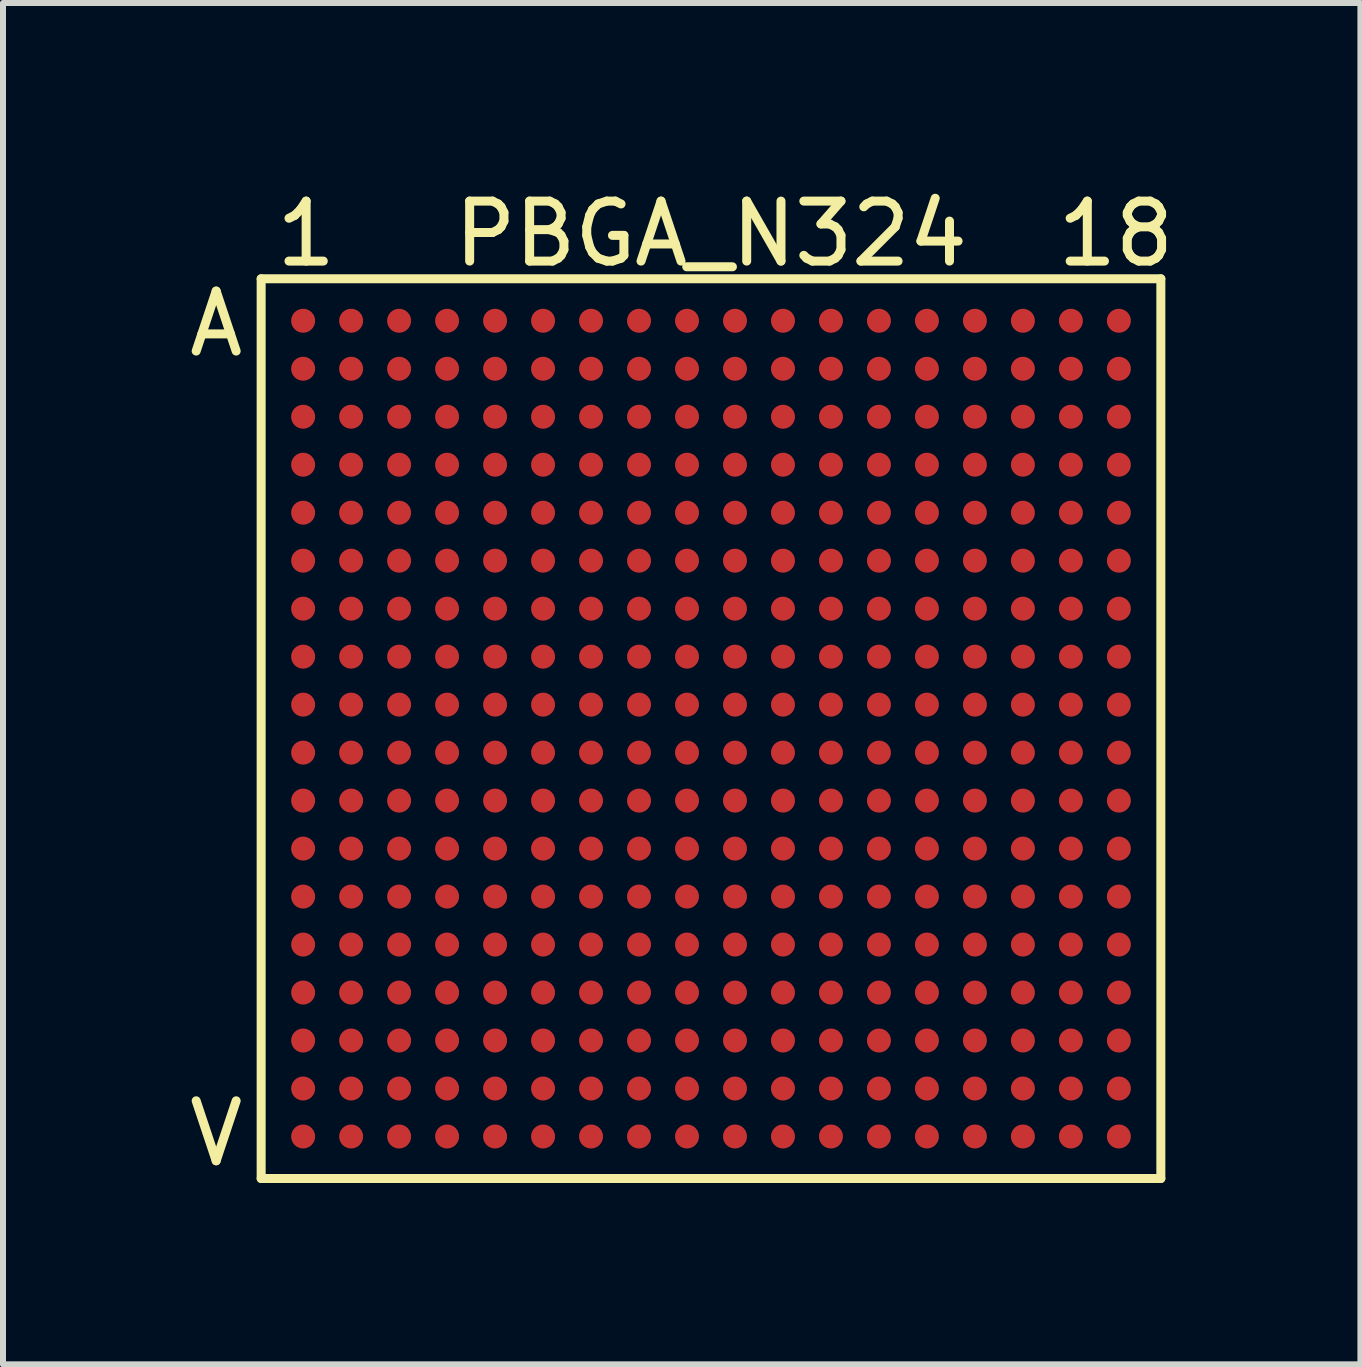
<source format=kicad_pcb>
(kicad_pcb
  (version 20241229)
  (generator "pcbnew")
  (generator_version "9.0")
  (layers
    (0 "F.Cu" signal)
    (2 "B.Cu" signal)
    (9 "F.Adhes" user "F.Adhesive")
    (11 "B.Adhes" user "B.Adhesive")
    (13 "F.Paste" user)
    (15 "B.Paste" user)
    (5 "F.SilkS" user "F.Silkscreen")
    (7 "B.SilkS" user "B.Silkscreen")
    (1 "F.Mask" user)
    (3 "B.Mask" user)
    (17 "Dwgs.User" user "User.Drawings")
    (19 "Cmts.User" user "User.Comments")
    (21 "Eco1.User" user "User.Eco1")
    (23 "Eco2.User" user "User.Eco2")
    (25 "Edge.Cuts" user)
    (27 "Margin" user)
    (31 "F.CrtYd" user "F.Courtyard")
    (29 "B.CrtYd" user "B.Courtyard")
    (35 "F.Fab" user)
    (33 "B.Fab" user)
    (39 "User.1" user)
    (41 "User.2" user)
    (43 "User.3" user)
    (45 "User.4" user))
  (footprint "PBGA_N324"
    (layer "F.Cu")
    (at 8.804 9.098)
    (property "Reference" "PBGA_N324" (at 0 -8.25 0) (layer "F.SilkS") (effects (font (size 1 1) (thickness 0.15))))
    (attr through_hole)
    (fp_line (start -7.5 -7.5) (end 7.5 -7.5) (stroke (width 0.15) (type solid)) (layer "F.SilkS"))
    (fp_line (start -7.5 7.5) (end -7.5 -7.5) (stroke (width 0.15) (type solid)) (layer "F.SilkS"))
    (fp_line (start 7.5 -7.5) (end 7.5 7.5) (stroke (width 0.15) (type solid)) (layer "F.SilkS"))
    (fp_line (start 7.5 7.5) (end -7.5 7.5) (stroke (width 0.15) (type solid)) (layer "F.SilkS"))
    (fp_text user "1" (at -6.75 -8.25 0) (layer "F.SilkS") (effects (font (size 1 1) (thickness 0.15))))
    (fp_text user "A" (at -8.25 -6.75 0) (layer "F.SilkS") (effects (font (size 1 1) (thickness 0.15))))
    (fp_text user "V" (at -8.25 6.75 0) (layer "F.SilkS") (effects (font (size 1 1) (thickness 0.15))))
    (fp_text user "18" (at 6.75 -8.25 0) (layer "F.SilkS") (effects (font (size 1 1) (thickness 0.15))))
    (pad "A1" smd circle (at -6.8 -6.8) (size 0.4 0.4) (layers "F.Cu" "F.Mask" "F.Paste"))
    (pad "A2" smd circle (at -6 -6.8) (size 0.4 0.4) (layers "F.Cu" "F.Mask" "F.Paste"))
    (pad "A3" smd circle (at -5.2 -6.8) (size 0.4 0.4) (layers "F.Cu" "F.Mask" "F.Paste"))
    (pad "A4" smd circle (at -4.4 -6.8) (size 0.4 0.4) (layers "F.Cu" "F.Mask" "F.Paste"))
    (pad "A5" smd circle (at -3.6 -6.8) (size 0.4 0.4) (layers "F.Cu" "F.Mask" "F.Paste"))
    (pad "A6" smd circle (at -2.8 -6.8) (size 0.4 0.4) (layers "F.Cu" "F.Mask" "F.Paste"))
    (pad "A7" smd circle (at -2 -6.8) (size 0.4 0.4) (layers "F.Cu" "F.Mask" "F.Paste"))
    (pad "A8" smd circle (at -1.2 -6.8) (size 0.4 0.4) (layers "F.Cu" "F.Mask" "F.Paste"))
    (pad "A9" smd circle (at -0.4 -6.8) (size 0.4 0.4) (layers "F.Cu" "F.Mask" "F.Paste"))
    (pad "A10" smd circle (at 0.4 -6.8) (size 0.4 0.4) (layers "F.Cu" "F.Mask" "F.Paste"))
    (pad "A11" smd circle (at 1.2 -6.8) (size 0.4 0.4) (layers "F.Cu" "F.Mask" "F.Paste"))
    (pad "A12" smd circle (at 2 -6.8) (size 0.4 0.4) (layers "F.Cu" "F.Mask" "F.Paste"))
    (pad "A13" smd circle (at 2.8 -6.8) (size 0.4 0.4) (layers "F.Cu" "F.Mask" "F.Paste"))
    (pad "A14" smd circle (at 3.6 -6.8) (size 0.4 0.4) (layers "F.Cu" "F.Mask" "F.Paste"))
    (pad "A15" smd circle (at 4.4 -6.8) (size 0.4 0.4) (layers "F.Cu" "F.Mask" "F.Paste"))
    (pad "A16" smd circle (at 5.2 -6.8) (size 0.4 0.4) (layers "F.Cu" "F.Mask" "F.Paste"))
    (pad "A17" smd circle (at 6 -6.8) (size 0.4 0.4) (layers "F.Cu" "F.Mask" "F.Paste"))
    (pad "A18" smd circle (at 6.8 -6.8) (size 0.4 0.4) (layers "F.Cu" "F.Mask" "F.Paste"))
    (pad "B1" smd circle (at -6.8 -6) (size 0.4 0.4) (layers "F.Cu" "F.Mask" "F.Paste"))
    (pad "B2" smd circle (at -6 -6) (size 0.4 0.4) (layers "F.Cu" "F.Mask" "F.Paste"))
    (pad "B3" smd circle (at -5.2 -6) (size 0.4 0.4) (layers "F.Cu" "F.Mask" "F.Paste"))
    (pad "B4" smd circle (at -4.4 -6) (size 0.4 0.4) (layers "F.Cu" "F.Mask" "F.Paste"))
    (pad "B5" smd circle (at -3.6 -6) (size 0.4 0.4) (layers "F.Cu" "F.Mask" "F.Paste"))
    (pad "B6" smd circle (at -2.8 -6) (size 0.4 0.4) (layers "F.Cu" "F.Mask" "F.Paste"))
    (pad "B7" smd circle (at -2 -6) (size 0.4 0.4) (layers "F.Cu" "F.Mask" "F.Paste"))
    (pad "B8" smd circle (at -1.2 -6) (size 0.4 0.4) (layers "F.Cu" "F.Mask" "F.Paste"))
    (pad "B9" smd circle (at -0.4 -6) (size 0.4 0.4) (layers "F.Cu" "F.Mask" "F.Paste"))
    (pad "B10" smd circle (at 0.4 -6) (size 0.4 0.4) (layers "F.Cu" "F.Mask" "F.Paste"))
    (pad "B11" smd circle (at 1.2 -6) (size 0.4 0.4) (layers "F.Cu" "F.Mask" "F.Paste"))
    (pad "B12" smd circle (at 2 -6) (size 0.4 0.4) (layers "F.Cu" "F.Mask" "F.Paste"))
    (pad "B13" smd circle (at 2.8 -6) (size 0.4 0.4) (layers "F.Cu" "F.Mask" "F.Paste"))
    (pad "B14" smd circle (at 3.6 -6) (size 0.4 0.4) (layers "F.Cu" "F.Mask" "F.Paste"))
    (pad "B15" smd circle (at 4.4 -6) (size 0.4 0.4) (layers "F.Cu" "F.Mask" "F.Paste"))
    (pad "B16" smd circle (at 5.2 -6) (size 0.4 0.4) (layers "F.Cu" "F.Mask" "F.Paste"))
    (pad "B17" smd circle (at 6 -6) (size 0.4 0.4) (layers "F.Cu" "F.Mask" "F.Paste"))
    (pad "B18" smd circle (at 6.8 -6) (size 0.4 0.4) (layers "F.Cu" "F.Mask" "F.Paste"))
    (pad "C1" smd circle (at -6.8 -5.2) (size 0.4 0.4) (layers "F.Cu" "F.Mask" "F.Paste"))
    (pad "C2" smd circle (at -6 -5.2) (size 0.4 0.4) (layers "F.Cu" "F.Mask" "F.Paste"))
    (pad "C3" smd circle (at -5.2 -5.2) (size 0.4 0.4) (layers "F.Cu" "F.Mask" "F.Paste"))
    (pad "C4" smd circle (at -4.4 -5.2) (size 0.4 0.4) (layers "F.Cu" "F.Mask" "F.Paste"))
    (pad "C5" smd circle (at -3.6 -5.2) (size 0.4 0.4) (layers "F.Cu" "F.Mask" "F.Paste"))
    (pad "C6" smd circle (at -2.8 -5.2) (size 0.4 0.4) (layers "F.Cu" "F.Mask" "F.Paste"))
    (pad "C7" smd circle (at -2 -5.2) (size 0.4 0.4) (layers "F.Cu" "F.Mask" "F.Paste"))
    (pad "C8" smd circle (at -1.2 -5.2) (size 0.4 0.4) (layers "F.Cu" "F.Mask" "F.Paste"))
    (pad "C9" smd circle (at -0.4 -5.2) (size 0.4 0.4) (layers "F.Cu" "F.Mask" "F.Paste"))
    (pad "C10" smd circle (at 0.4 -5.2) (size 0.4 0.4) (layers "F.Cu" "F.Mask" "F.Paste"))
    (pad "C11" smd circle (at 1.2 -5.2) (size 0.4 0.4) (layers "F.Cu" "F.Mask" "F.Paste"))
    (pad "C12" smd circle (at 2 -5.2) (size 0.4 0.4) (layers "F.Cu" "F.Mask" "F.Paste"))
    (pad "C13" smd circle (at 2.8 -5.2) (size 0.4 0.4) (layers "F.Cu" "F.Mask" "F.Paste"))
    (pad "C14" smd circle (at 3.6 -5.2) (size 0.4 0.4) (layers "F.Cu" "F.Mask" "F.Paste"))
    (pad "C15" smd circle (at 4.4 -5.2) (size 0.4 0.4) (layers "F.Cu" "F.Mask" "F.Paste"))
    (pad "C16" smd circle (at 5.2 -5.2) (size 0.4 0.4) (layers "F.Cu" "F.Mask" "F.Paste"))
    (pad "C17" smd circle (at 6 -5.2) (size 0.4 0.4) (layers "F.Cu" "F.Mask" "F.Paste"))
    (pad "C18" smd circle (at 6.8 -5.2) (size 0.4 0.4) (layers "F.Cu" "F.Mask" "F.Paste"))
    (pad "D1" smd circle (at -6.8 -4.4) (size 0.4 0.4) (layers "F.Cu" "F.Mask" "F.Paste"))
    (pad "D2" smd circle (at -6 -4.4) (size 0.4 0.4) (layers "F.Cu" "F.Mask" "F.Paste"))
    (pad "D3" smd circle (at -5.2 -4.4) (size 0.4 0.4) (layers "F.Cu" "F.Mask" "F.Paste"))
    (pad "D4" smd circle (at -4.4 -4.4) (size 0.4 0.4) (layers "F.Cu" "F.Mask" "F.Paste"))
    (pad "D5" smd circle (at -3.6 -4.4) (size 0.4 0.4) (layers "F.Cu" "F.Mask" "F.Paste"))
    (pad "D6" smd circle (at -2.8 -4.4) (size 0.4 0.4) (layers "F.Cu" "F.Mask" "F.Paste"))
    (pad "D7" smd circle (at -2 -4.4) (size 0.4 0.4) (layers "F.Cu" "F.Mask" "F.Paste"))
    (pad "D8" smd circle (at -1.2 -4.4) (size 0.4 0.4) (layers "F.Cu" "F.Mask" "F.Paste"))
    (pad "D9" smd circle (at -0.4 -4.4) (size 0.4 0.4) (layers "F.Cu" "F.Mask" "F.Paste"))
    (pad "D10" smd circle (at 0.4 -4.4) (size 0.4 0.4) (layers "F.Cu" "F.Mask" "F.Paste"))
    (pad "D11" smd circle (at 1.2 -4.4) (size 0.4 0.4) (layers "F.Cu" "F.Mask" "F.Paste"))
    (pad "D12" smd circle (at 2 -4.4) (size 0.4 0.4) (layers "F.Cu" "F.Mask" "F.Paste"))
    (pad "D13" smd circle (at 2.8 -4.4) (size 0.4 0.4) (layers "F.Cu" "F.Mask" "F.Paste"))
    (pad "D14" smd circle (at 3.6 -4.4) (size 0.4 0.4) (layers "F.Cu" "F.Mask" "F.Paste"))
    (pad "D15" smd circle (at 4.4 -4.4) (size 0.4 0.4) (layers "F.Cu" "F.Mask" "F.Paste"))
    (pad "D16" smd circle (at 5.2 -4.4) (size 0.4 0.4) (layers "F.Cu" "F.Mask" "F.Paste"))
    (pad "D17" smd circle (at 6 -4.4) (size 0.4 0.4) (layers "F.Cu" "F.Mask" "F.Paste"))
    (pad "D18" smd circle (at 6.8 -4.4) (size 0.4 0.4) (layers "F.Cu" "F.Mask" "F.Paste"))
    (pad "E1" smd circle (at -6.8 -3.6) (size 0.4 0.4) (layers "F.Cu" "F.Mask" "F.Paste"))
    (pad "E2" smd circle (at -6 -3.6) (size 0.4 0.4) (layers "F.Cu" "F.Mask" "F.Paste"))
    (pad "E3" smd circle (at -5.2 -3.6) (size 0.4 0.4) (layers "F.Cu" "F.Mask" "F.Paste"))
    (pad "E4" smd circle (at -4.4 -3.6) (size 0.4 0.4) (layers "F.Cu" "F.Mask" "F.Paste"))
    (pad "E5" smd circle (at -3.6 -3.6) (size 0.4 0.4) (layers "F.Cu" "F.Mask" "F.Paste"))
    (pad "E6" smd circle (at -2.8 -3.6) (size 0.4 0.4) (layers "F.Cu" "F.Mask" "F.Paste"))
    (pad "E7" smd circle (at -2 -3.6) (size 0.4 0.4) (layers "F.Cu" "F.Mask" "F.Paste"))
    (pad "E8" smd circle (at -1.2 -3.6) (size 0.4 0.4) (layers "F.Cu" "F.Mask" "F.Paste"))
    (pad "E9" smd circle (at -0.4 -3.6) (size 0.4 0.4) (layers "F.Cu" "F.Mask" "F.Paste"))
    (pad "E10" smd circle (at 0.4 -3.6) (size 0.4 0.4) (layers "F.Cu" "F.Mask" "F.Paste"))
    (pad "E11" smd circle (at 1.2 -3.6) (size 0.4 0.4) (layers "F.Cu" "F.Mask" "F.Paste"))
    (pad "E12" smd circle (at 2 -3.6) (size 0.4 0.4) (layers "F.Cu" "F.Mask" "F.Paste"))
    (pad "E13" smd circle (at 2.8 -3.6) (size 0.4 0.4) (layers "F.Cu" "F.Mask" "F.Paste"))
    (pad "E14" smd circle (at 3.6 -3.6) (size 0.4 0.4) (layers "F.Cu" "F.Mask" "F.Paste"))
    (pad "E15" smd circle (at 4.4 -3.6) (size 0.4 0.4) (layers "F.Cu" "F.Mask" "F.Paste"))
    (pad "E16" smd circle (at 5.2 -3.6) (size 0.4 0.4) (layers "F.Cu" "F.Mask" "F.Paste"))
    (pad "E17" smd circle (at 6 -3.6) (size 0.4 0.4) (layers "F.Cu" "F.Mask" "F.Paste"))
    (pad "E18" smd circle (at 6.8 -3.6) (size 0.4 0.4) (layers "F.Cu" "F.Mask" "F.Paste"))
    (pad "F1" smd circle (at -6.8 -2.8) (size 0.4 0.4) (layers "F.Cu" "F.Mask" "F.Paste"))
    (pad "F2" smd circle (at -6 -2.8) (size 0.4 0.4) (layers "F.Cu" "F.Mask" "F.Paste"))
    (pad "F3" smd circle (at -5.2 -2.8) (size 0.4 0.4) (layers "F.Cu" "F.Mask" "F.Paste"))
    (pad "F4" smd circle (at -4.4 -2.8) (size 0.4 0.4) (layers "F.Cu" "F.Mask" "F.Paste"))
    (pad "F5" smd circle (at -3.6 -2.8) (size 0.4 0.4) (layers "F.Cu" "F.Mask" "F.Paste"))
    (pad "F6" smd circle (at -2.8 -2.8) (size 0.4 0.4) (layers "F.Cu" "F.Mask" "F.Paste"))
    (pad "F7" smd circle (at -2 -2.8) (size 0.4 0.4) (layers "F.Cu" "F.Mask" "F.Paste"))
    (pad "F8" smd circle (at -1.2 -2.8) (size 0.4 0.4) (layers "F.Cu" "F.Mask" "F.Paste"))
    (pad "F9" smd circle (at -0.4 -2.8) (size 0.4 0.4) (layers "F.Cu" "F.Mask" "F.Paste"))
    (pad "F10" smd circle (at 0.4 -2.8) (size 0.4 0.4) (layers "F.Cu" "F.Mask" "F.Paste"))
    (pad "F11" smd circle (at 1.2 -2.8) (size 0.4 0.4) (layers "F.Cu" "F.Mask" "F.Paste"))
    (pad "F12" smd circle (at 2 -2.8) (size 0.4 0.4) (layers "F.Cu" "F.Mask" "F.Paste"))
    (pad "F13" smd circle (at 2.8 -2.8) (size 0.4 0.4) (layers "F.Cu" "F.Mask" "F.Paste"))
    (pad "F14" smd circle (at 3.6 -2.8) (size 0.4 0.4) (layers "F.Cu" "F.Mask" "F.Paste"))
    (pad "F15" smd circle (at 4.4 -2.8) (size 0.4 0.4) (layers "F.Cu" "F.Mask" "F.Paste"))
    (pad "F16" smd circle (at 5.2 -2.8) (size 0.4 0.4) (layers "F.Cu" "F.Mask" "F.Paste"))
    (pad "F17" smd circle (at 6 -2.8) (size 0.4 0.4) (layers "F.Cu" "F.Mask" "F.Paste"))
    (pad "F18" smd circle (at 6.8 -2.8) (size 0.4 0.4) (layers "F.Cu" "F.Mask" "F.Paste"))
    (pad "G1" smd circle (at -6.8 -2) (size 0.4 0.4) (layers "F.Cu" "F.Mask" "F.Paste"))
    (pad "G2" smd circle (at -6 -2) (size 0.4 0.4) (layers "F.Cu" "F.Mask" "F.Paste"))
    (pad "G3" smd circle (at -5.2 -2) (size 0.4 0.4) (layers "F.Cu" "F.Mask" "F.Paste"))
    (pad "G4" smd circle (at -4.4 -2) (size 0.4 0.4) (layers "F.Cu" "F.Mask" "F.Paste"))
    (pad "G5" smd circle (at -3.6 -2) (size 0.4 0.4) (layers "F.Cu" "F.Mask" "F.Paste"))
    (pad "G6" smd circle (at -2.8 -2) (size 0.4 0.4) (layers "F.Cu" "F.Mask" "F.Paste"))
    (pad "G7" smd circle (at -2 -2) (size 0.4 0.4) (layers "F.Cu" "F.Mask" "F.Paste"))
    (pad "G8" smd circle (at -1.2 -2) (size 0.4 0.4) (layers "F.Cu" "F.Mask" "F.Paste"))
    (pad "G9" smd circle (at -0.4 -2) (size 0.4 0.4) (layers "F.Cu" "F.Mask" "F.Paste"))
    (pad "G10" smd circle (at 0.4 -2) (size 0.4 0.4) (layers "F.Cu" "F.Mask" "F.Paste"))
    (pad "G11" smd circle (at 1.2 -2) (size 0.4 0.4) (layers "F.Cu" "F.Mask" "F.Paste"))
    (pad "G12" smd circle (at 2 -2) (size 0.4 0.4) (layers "F.Cu" "F.Mask" "F.Paste"))
    (pad "G13" smd circle (at 2.8 -2) (size 0.4 0.4) (layers "F.Cu" "F.Mask" "F.Paste"))
    (pad "G14" smd circle (at 3.6 -2) (size 0.4 0.4) (layers "F.Cu" "F.Mask" "F.Paste"))
    (pad "G15" smd circle (at 4.4 -2) (size 0.4 0.4) (layers "F.Cu" "F.Mask" "F.Paste"))
    (pad "G16" smd circle (at 5.2 -2) (size 0.4 0.4) (layers "F.Cu" "F.Mask" "F.Paste"))
    (pad "G17" smd circle (at 6 -2) (size 0.4 0.4) (layers "F.Cu" "F.Mask" "F.Paste"))
    (pad "G18" smd circle (at 6.8 -2) (size 0.4 0.4) (layers "F.Cu" "F.Mask" "F.Paste"))
    (pad "H1" smd circle (at -6.8 -1.2) (size 0.4 0.4) (layers "F.Cu" "F.Mask" "F.Paste"))
    (pad "H2" smd circle (at -6 -1.2) (size 0.4 0.4) (layers "F.Cu" "F.Mask" "F.Paste"))
    (pad "H3" smd circle (at -5.2 -1.2) (size 0.4 0.4) (layers "F.Cu" "F.Mask" "F.Paste"))
    (pad "H4" smd circle (at -4.4 -1.2) (size 0.4 0.4) (layers "F.Cu" "F.Mask" "F.Paste"))
    (pad "H5" smd circle (at -3.6 -1.2) (size 0.4 0.4) (layers "F.Cu" "F.Mask" "F.Paste"))
    (pad "H6" smd circle (at -2.8 -1.2) (size 0.4 0.4) (layers "F.Cu" "F.Mask" "F.Paste"))
    (pad "H7" smd circle (at -2 -1.2) (size 0.4 0.4) (layers "F.Cu" "F.Mask" "F.Paste"))
    (pad "H8" smd circle (at -1.2 -1.2) (size 0.4 0.4) (layers "F.Cu" "F.Mask" "F.Paste"))
    (pad "H9" smd circle (at -0.4 -1.2) (size 0.4 0.4) (layers "F.Cu" "F.Mask" "F.Paste"))
    (pad "H10" smd circle (at 0.4 -1.2) (size 0.4 0.4) (layers "F.Cu" "F.Mask" "F.Paste"))
    (pad "H11" smd circle (at 1.2 -1.2) (size 0.4 0.4) (layers "F.Cu" "F.Mask" "F.Paste"))
    (pad "H12" smd circle (at 2 -1.2) (size 0.4 0.4) (layers "F.Cu" "F.Mask" "F.Paste"))
    (pad "H13" smd circle (at 2.8 -1.2) (size 0.4 0.4) (layers "F.Cu" "F.Mask" "F.Paste"))
    (pad "H14" smd circle (at 3.6 -1.2) (size 0.4 0.4) (layers "F.Cu" "F.Mask" "F.Paste"))
    (pad "H15" smd circle (at 4.4 -1.2) (size 0.4 0.4) (layers "F.Cu" "F.Mask" "F.Paste"))
    (pad "H16" smd circle (at 5.2 -1.2) (size 0.4 0.4) (layers "F.Cu" "F.Mask" "F.Paste"))
    (pad "H17" smd circle (at 6 -1.2) (size 0.4 0.4) (layers "F.Cu" "F.Mask" "F.Paste"))
    (pad "H18" smd circle (at 6.8 -1.2) (size 0.4 0.4) (layers "F.Cu" "F.Mask" "F.Paste"))
    (pad "J1" smd circle (at -6.8 -0.4) (size 0.4 0.4) (layers "F.Cu" "F.Mask" "F.Paste"))
    (pad "J2" smd circle (at -6 -0.4) (size 0.4 0.4) (layers "F.Cu" "F.Mask" "F.Paste"))
    (pad "J3" smd circle (at -5.2 -0.4) (size 0.4 0.4) (layers "F.Cu" "F.Mask" "F.Paste"))
    (pad "J4" smd circle (at -4.4 -0.4) (size 0.4 0.4) (layers "F.Cu" "F.Mask" "F.Paste"))
    (pad "J5" smd circle (at -3.6 -0.4) (size 0.4 0.4) (layers "F.Cu" "F.Mask" "F.Paste"))
    (pad "J6" smd circle (at -2.8 -0.4) (size 0.4 0.4) (layers "F.Cu" "F.Mask" "F.Paste"))
    (pad "J7" smd circle (at -2 -0.4) (size 0.4 0.4) (layers "F.Cu" "F.Mask" "F.Paste"))
    (pad "J8" smd circle (at -1.2 -0.4) (size 0.4 0.4) (layers "F.Cu" "F.Mask" "F.Paste"))
    (pad "J9" smd circle (at -0.4 -0.4) (size 0.4 0.4) (layers "F.Cu" "F.Mask" "F.Paste"))
    (pad "J10" smd circle (at 0.4 -0.4) (size 0.4 0.4) (layers "F.Cu" "F.Mask" "F.Paste"))
    (pad "J11" smd circle (at 1.2 -0.4) (size 0.4 0.4) (layers "F.Cu" "F.Mask" "F.Paste"))
    (pad "J12" smd circle (at 2 -0.4) (size 0.4 0.4) (layers "F.Cu" "F.Mask" "F.Paste"))
    (pad "J13" smd circle (at 2.8 -0.4) (size 0.4 0.4) (layers "F.Cu" "F.Mask" "F.Paste"))
    (pad "J14" smd circle (at 3.6 -0.4) (size 0.4 0.4) (layers "F.Cu" "F.Mask" "F.Paste"))
    (pad "J15" smd circle (at 4.4 -0.4) (size 0.4 0.4) (layers "F.Cu" "F.Mask" "F.Paste"))
    (pad "J16" smd circle (at 5.2 -0.4) (size 0.4 0.4) (layers "F.Cu" "F.Mask" "F.Paste"))
    (pad "J17" smd circle (at 6 -0.4) (size 0.4 0.4) (layers "F.Cu" "F.Mask" "F.Paste"))
    (pad "J18" smd circle (at 6.8 -0.4) (size 0.4 0.4) (layers "F.Cu" "F.Mask" "F.Paste"))
    (pad "K1" smd circle (at -6.8 0.4) (size 0.4 0.4) (layers "F.Cu" "F.Mask" "F.Paste"))
    (pad "K2" smd circle (at -6 0.4) (size 0.4 0.4) (layers "F.Cu" "F.Mask" "F.Paste"))
    (pad "K3" smd circle (at -5.2 0.4) (size 0.4 0.4) (layers "F.Cu" "F.Mask" "F.Paste"))
    (pad "K4" smd circle (at -4.4 0.4) (size 0.4 0.4) (layers "F.Cu" "F.Mask" "F.Paste"))
    (pad "K5" smd circle (at -3.6 0.4) (size 0.4 0.4) (layers "F.Cu" "F.Mask" "F.Paste"))
    (pad "K6" smd circle (at -2.8 0.4) (size 0.4 0.4) (layers "F.Cu" "F.Mask" "F.Paste"))
    (pad "K7" smd circle (at -2 0.4) (size 0.4 0.4) (layers "F.Cu" "F.Mask" "F.Paste"))
    (pad "K8" smd circle (at -1.2 0.4) (size 0.4 0.4) (layers "F.Cu" "F.Mask" "F.Paste"))
    (pad "K9" smd circle (at -0.4 0.4) (size 0.4 0.4) (layers "F.Cu" "F.Mask" "F.Paste"))
    (pad "K10" smd circle (at 0.4 0.4) (size 0.4 0.4) (layers "F.Cu" "F.Mask" "F.Paste"))
    (pad "K11" smd circle (at 1.2 0.4) (size 0.4 0.4) (layers "F.Cu" "F.Mask" "F.Paste"))
    (pad "K12" smd circle (at 2 0.4) (size 0.4 0.4) (layers "F.Cu" "F.Mask" "F.Paste"))
    (pad "K13" smd circle (at 2.8 0.4) (size 0.4 0.4) (layers "F.Cu" "F.Mask" "F.Paste"))
    (pad "K14" smd circle (at 3.6 0.4) (size 0.4 0.4) (layers "F.Cu" "F.Mask" "F.Paste"))
    (pad "K15" smd circle (at 4.4 0.4) (size 0.4 0.4) (layers "F.Cu" "F.Mask" "F.Paste"))
    (pad "K16" smd circle (at 5.2 0.4) (size 0.4 0.4) (layers "F.Cu" "F.Mask" "F.Paste"))
    (pad "K17" smd circle (at 6 0.4) (size 0.4 0.4) (layers "F.Cu" "F.Mask" "F.Paste"))
    (pad "K18" smd circle (at 6.8 0.4) (size 0.4 0.4) (layers "F.Cu" "F.Mask" "F.Paste"))
    (pad "L1" smd circle (at -6.8 1.2) (size 0.4 0.4) (layers "F.Cu" "F.Mask" "F.Paste"))
    (pad "L2" smd circle (at -6 1.2) (size 0.4 0.4) (layers "F.Cu" "F.Mask" "F.Paste"))
    (pad "L3" smd circle (at -5.2 1.2) (size 0.4 0.4) (layers "F.Cu" "F.Mask" "F.Paste"))
    (pad "L4" smd circle (at -4.4 1.2) (size 0.4 0.4) (layers "F.Cu" "F.Mask" "F.Paste"))
    (pad "L5" smd circle (at -3.6 1.2) (size 0.4 0.4) (layers "F.Cu" "F.Mask" "F.Paste"))
    (pad "L6" smd circle (at -2.8 1.2) (size 0.4 0.4) (layers "F.Cu" "F.Mask" "F.Paste"))
    (pad "L7" smd circle (at -2 1.2) (size 0.4 0.4) (layers "F.Cu" "F.Mask" "F.Paste"))
    (pad "L8" smd circle (at -1.2 1.2) (size 0.4 0.4) (layers "F.Cu" "F.Mask" "F.Paste"))
    (pad "L9" smd circle (at -0.4 1.2) (size 0.4 0.4) (layers "F.Cu" "F.Mask" "F.Paste"))
    (pad "L10" smd circle (at 0.4 1.2) (size 0.4 0.4) (layers "F.Cu" "F.Mask" "F.Paste"))
    (pad "L11" smd circle (at 1.2 1.2) (size 0.4 0.4) (layers "F.Cu" "F.Mask" "F.Paste"))
    (pad "L12" smd circle (at 2 1.2) (size 0.4 0.4) (layers "F.Cu" "F.Mask" "F.Paste"))
    (pad "L13" smd circle (at 2.8 1.2) (size 0.4 0.4) (layers "F.Cu" "F.Mask" "F.Paste"))
    (pad "L14" smd circle (at 3.6 1.2) (size 0.4 0.4) (layers "F.Cu" "F.Mask" "F.Paste"))
    (pad "L15" smd circle (at 4.4 1.2) (size 0.4 0.4) (layers "F.Cu" "F.Mask" "F.Paste"))
    (pad "L16" smd circle (at 5.2 1.2) (size 0.4 0.4) (layers "F.Cu" "F.Mask" "F.Paste"))
    (pad "L17" smd circle (at 6 1.2) (size 0.4 0.4) (layers "F.Cu" "F.Mask" "F.Paste"))
    (pad "L18" smd circle (at 6.8 1.2) (size 0.4 0.4) (layers "F.Cu" "F.Mask" "F.Paste"))
    (pad "M1" smd circle (at -6.8 2) (size 0.4 0.4) (layers "F.Cu" "F.Mask" "F.Paste"))
    (pad "M2" smd circle (at -6 2) (size 0.4 0.4) (layers "F.Cu" "F.Mask" "F.Paste"))
    (pad "M3" smd circle (at -5.2 2) (size 0.4 0.4) (layers "F.Cu" "F.Mask" "F.Paste"))
    (pad "M4" smd circle (at -4.4 2) (size 0.4 0.4) (layers "F.Cu" "F.Mask" "F.Paste"))
    (pad "M5" smd circle (at -3.6 2) (size 0.4 0.4) (layers "F.Cu" "F.Mask" "F.Paste"))
    (pad "M6" smd circle (at -2.8 2) (size 0.4 0.4) (layers "F.Cu" "F.Mask" "F.Paste"))
    (pad "M7" smd circle (at -2 2) (size 0.4 0.4) (layers "F.Cu" "F.Mask" "F.Paste"))
    (pad "M8" smd circle (at -1.2 2) (size 0.4 0.4) (layers "F.Cu" "F.Mask" "F.Paste"))
    (pad "M9" smd circle (at -0.4 2) (size 0.4 0.4) (layers "F.Cu" "F.Mask" "F.Paste"))
    (pad "M10" smd circle (at 0.4 2) (size 0.4 0.4) (layers "F.Cu" "F.Mask" "F.Paste"))
    (pad "M11" smd circle (at 1.2 2) (size 0.4 0.4) (layers "F.Cu" "F.Mask" "F.Paste"))
    (pad "M12" smd circle (at 2 2) (size 0.4 0.4) (layers "F.Cu" "F.Mask" "F.Paste"))
    (pad "M13" smd circle (at 2.8 2) (size 0.4 0.4) (layers "F.Cu" "F.Mask" "F.Paste"))
    (pad "M14" smd circle (at 3.6 2) (size 0.4 0.4) (layers "F.Cu" "F.Mask" "F.Paste"))
    (pad "M15" smd circle (at 4.4 2) (size 0.4 0.4) (layers "F.Cu" "F.Mask" "F.Paste"))
    (pad "M16" smd circle (at 5.2 2) (size 0.4 0.4) (layers "F.Cu" "F.Mask" "F.Paste"))
    (pad "M17" smd circle (at 6 2) (size 0.4 0.4) (layers "F.Cu" "F.Mask" "F.Paste"))
    (pad "M18" smd circle (at 6.8 2) (size 0.4 0.4) (layers "F.Cu" "F.Mask" "F.Paste"))
    (pad "N1" smd circle (at -6.8 2.8) (size 0.4 0.4) (layers "F.Cu" "F.Mask" "F.Paste"))
    (pad "N2" smd circle (at -6 2.8) (size 0.4 0.4) (layers "F.Cu" "F.Mask" "F.Paste"))
    (pad "N3" smd circle (at -5.2 2.8) (size 0.4 0.4) (layers "F.Cu" "F.Mask" "F.Paste"))
    (pad "N4" smd circle (at -4.4 2.8) (size 0.4 0.4) (layers "F.Cu" "F.Mask" "F.Paste"))
    (pad "N5" smd circle (at -3.6 2.8) (size 0.4 0.4) (layers "F.Cu" "F.Mask" "F.Paste"))
    (pad "N6" smd circle (at -2.8 2.8) (size 0.4 0.4) (layers "F.Cu" "F.Mask" "F.Paste"))
    (pad "N7" smd circle (at -2 2.8) (size 0.4 0.4) (layers "F.Cu" "F.Mask" "F.Paste"))
    (pad "N8" smd circle (at -1.2 2.8) (size 0.4 0.4) (layers "F.Cu" "F.Mask" "F.Paste"))
    (pad "N9" smd circle (at -0.4 2.8) (size 0.4 0.4) (layers "F.Cu" "F.Mask" "F.Paste"))
    (pad "N10" smd circle (at 0.4 2.8) (size 0.4 0.4) (layers "F.Cu" "F.Mask" "F.Paste"))
    (pad "N11" smd circle (at 1.2 2.8) (size 0.4 0.4) (layers "F.Cu" "F.Mask" "F.Paste"))
    (pad "N12" smd circle (at 2 2.8) (size 0.4 0.4) (layers "F.Cu" "F.Mask" "F.Paste"))
    (pad "N13" smd circle (at 2.8 2.8) (size 0.4 0.4) (layers "F.Cu" "F.Mask" "F.Paste"))
    (pad "N14" smd circle (at 3.6 2.8) (size 0.4 0.4) (layers "F.Cu" "F.Mask" "F.Paste"))
    (pad "N15" smd circle (at 4.4 2.8) (size 0.4 0.4) (layers "F.Cu" "F.Mask" "F.Paste"))
    (pad "N16" smd circle (at 5.2 2.8) (size 0.4 0.4) (layers "F.Cu" "F.Mask" "F.Paste"))
    (pad "N17" smd circle (at 6 2.8) (size 0.4 0.4) (layers "F.Cu" "F.Mask" "F.Paste"))
    (pad "N18" smd circle (at 6.8 2.8) (size 0.4 0.4) (layers "F.Cu" "F.Mask" "F.Paste"))
    (pad "P1" smd circle (at -6.8 3.6) (size 0.4 0.4) (layers "F.Cu" "F.Mask" "F.Paste"))
    (pad "P2" smd circle (at -6 3.6) (size 0.4 0.4) (layers "F.Cu" "F.Mask" "F.Paste"))
    (pad "P3" smd circle (at -5.2 3.6) (size 0.4 0.4) (layers "F.Cu" "F.Mask" "F.Paste"))
    (pad "P4" smd circle (at -4.4 3.6) (size 0.4 0.4) (layers "F.Cu" "F.Mask" "F.Paste"))
    (pad "P5" smd circle (at -3.6 3.6) (size 0.4 0.4) (layers "F.Cu" "F.Mask" "F.Paste"))
    (pad "P6" smd circle (at -2.8 3.6) (size 0.4 0.4) (layers "F.Cu" "F.Mask" "F.Paste"))
    (pad "P7" smd circle (at -2 3.6) (size 0.4 0.4) (layers "F.Cu" "F.Mask" "F.Paste"))
    (pad "P8" smd circle (at -1.2 3.6) (size 0.4 0.4) (layers "F.Cu" "F.Mask" "F.Paste"))
    (pad "P9" smd circle (at -0.4 3.6) (size 0.4 0.4) (layers "F.Cu" "F.Mask" "F.Paste"))
    (pad "P10" smd circle (at 0.4 3.6) (size 0.4 0.4) (layers "F.Cu" "F.Mask" "F.Paste"))
    (pad "P11" smd circle (at 1.2 3.6) (size 0.4 0.4) (layers "F.Cu" "F.Mask" "F.Paste"))
    (pad "P12" smd circle (at 2 3.6) (size 0.4 0.4) (layers "F.Cu" "F.Mask" "F.Paste"))
    (pad "P13" smd circle (at 2.8 3.6) (size 0.4 0.4) (layers "F.Cu" "F.Mask" "F.Paste"))
    (pad "P14" smd circle (at 3.6 3.6) (size 0.4 0.4) (layers "F.Cu" "F.Mask" "F.Paste"))
    (pad "P15" smd circle (at 4.4 3.6) (size 0.4 0.4) (layers "F.Cu" "F.Mask" "F.Paste"))
    (pad "P16" smd circle (at 5.2 3.6) (size 0.4 0.4) (layers "F.Cu" "F.Mask" "F.Paste"))
    (pad "P17" smd circle (at 6 3.6) (size 0.4 0.4) (layers "F.Cu" "F.Mask" "F.Paste"))
    (pad "P18" smd circle (at 6.8 3.6) (size 0.4 0.4) (layers "F.Cu" "F.Mask" "F.Paste"))
    (pad "R1" smd circle (at -6.8 4.4) (size 0.4 0.4) (layers "F.Cu" "F.Mask" "F.Paste"))
    (pad "R2" smd circle (at -6 4.4) (size 0.4 0.4) (layers "F.Cu" "F.Mask" "F.Paste"))
    (pad "R3" smd circle (at -5.2 4.4) (size 0.4 0.4) (layers "F.Cu" "F.Mask" "F.Paste"))
    (pad "R4" smd circle (at -4.4 4.4) (size 0.4 0.4) (layers "F.Cu" "F.Mask" "F.Paste"))
    (pad "R5" smd circle (at -3.6 4.4) (size 0.4 0.4) (layers "F.Cu" "F.Mask" "F.Paste"))
    (pad "R6" smd circle (at -2.8 4.4) (size 0.4 0.4) (layers "F.Cu" "F.Mask" "F.Paste"))
    (pad "R7" smd circle (at -2 4.4) (size 0.4 0.4) (layers "F.Cu" "F.Mask" "F.Paste"))
    (pad "R8" smd circle (at -1.2 4.4) (size 0.4 0.4) (layers "F.Cu" "F.Mask" "F.Paste"))
    (pad "R9" smd circle (at -0.4 4.4) (size 0.4 0.4) (layers "F.Cu" "F.Mask" "F.Paste"))
    (pad "R10" smd circle (at 0.4 4.4) (size 0.4 0.4) (layers "F.Cu" "F.Mask" "F.Paste"))
    (pad "R11" smd circle (at 1.2 4.4) (size 0.4 0.4) (layers "F.Cu" "F.Mask" "F.Paste"))
    (pad "R12" smd circle (at 2 4.4) (size 0.4 0.4) (layers "F.Cu" "F.Mask" "F.Paste"))
    (pad "R13" smd circle (at 2.8 4.4) (size 0.4 0.4) (layers "F.Cu" "F.Mask" "F.Paste"))
    (pad "R14" smd circle (at 3.6 4.4) (size 0.4 0.4) (layers "F.Cu" "F.Mask" "F.Paste"))
    (pad "R15" smd circle (at 4.4 4.4) (size 0.4 0.4) (layers "F.Cu" "F.Mask" "F.Paste"))
    (pad "R16" smd circle (at 5.2 4.4) (size 0.4 0.4) (layers "F.Cu" "F.Mask" "F.Paste"))
    (pad "R17" smd circle (at 6 4.4) (size 0.4 0.4) (layers "F.Cu" "F.Mask" "F.Paste"))
    (pad "R18" smd circle (at 6.8 4.4) (size 0.4 0.4) (layers "F.Cu" "F.Mask" "F.Paste"))
    (pad "T1" smd circle (at -6.8 5.2) (size 0.4 0.4) (layers "F.Cu" "F.Mask" "F.Paste"))
    (pad "T2" smd circle (at -6 5.2) (size 0.4 0.4) (layers "F.Cu" "F.Mask" "F.Paste"))
    (pad "T3" smd circle (at -5.2 5.2) (size 0.4 0.4) (layers "F.Cu" "F.Mask" "F.Paste"))
    (pad "T4" smd circle (at -4.4 5.2) (size 0.4 0.4) (layers "F.Cu" "F.Mask" "F.Paste"))
    (pad "T5" smd circle (at -3.6 5.2) (size 0.4 0.4) (layers "F.Cu" "F.Mask" "F.Paste"))
    (pad "T6" smd circle (at -2.8 5.2) (size 0.4 0.4) (layers "F.Cu" "F.Mask" "F.Paste"))
    (pad "T7" smd circle (at -2 5.2) (size 0.4 0.4) (layers "F.Cu" "F.Mask" "F.Paste"))
    (pad "T8" smd circle (at -1.2 5.2) (size 0.4 0.4) (layers "F.Cu" "F.Mask" "F.Paste"))
    (pad "T9" smd circle (at -0.4 5.2) (size 0.4 0.4) (layers "F.Cu" "F.Mask" "F.Paste"))
    (pad "T10" smd circle (at 0.4 5.2) (size 0.4 0.4) (layers "F.Cu" "F.Mask" "F.Paste"))
    (pad "T11" smd circle (at 1.2 5.2) (size 0.4 0.4) (layers "F.Cu" "F.Mask" "F.Paste"))
    (pad "T12" smd circle (at 2 5.2) (size 0.4 0.4) (layers "F.Cu" "F.Mask" "F.Paste"))
    (pad "T13" smd circle (at 2.8 5.2) (size 0.4 0.4) (layers "F.Cu" "F.Mask" "F.Paste"))
    (pad "T14" smd circle (at 3.6 5.2) (size 0.4 0.4) (layers "F.Cu" "F.Mask" "F.Paste"))
    (pad "T15" smd circle (at 4.4 5.2) (size 0.4 0.4) (layers "F.Cu" "F.Mask" "F.Paste"))
    (pad "T16" smd circle (at 5.2 5.2) (size 0.4 0.4) (layers "F.Cu" "F.Mask" "F.Paste"))
    (pad "T17" smd circle (at 6 5.2) (size 0.4 0.4) (layers "F.Cu" "F.Mask" "F.Paste"))
    (pad "T18" smd circle (at 6.8 5.2) (size 0.4 0.4) (layers "F.Cu" "F.Mask" "F.Paste"))
    (pad "U1" smd circle (at -6.8 6) (size 0.4 0.4) (layers "F.Cu" "F.Mask" "F.Paste"))
    (pad "U2" smd circle (at -6 6) (size 0.4 0.4) (layers "F.Cu" "F.Mask" "F.Paste"))
    (pad "U3" smd circle (at -5.2 6) (size 0.4 0.4) (layers "F.Cu" "F.Mask" "F.Paste"))
    (pad "U4" smd circle (at -4.4 6) (size 0.4 0.4) (layers "F.Cu" "F.Mask" "F.Paste"))
    (pad "U5" smd circle (at -3.6 6) (size 0.4 0.4) (layers "F.Cu" "F.Mask" "F.Paste"))
    (pad "U6" smd circle (at -2.8 6) (size 0.4 0.4) (layers "F.Cu" "F.Mask" "F.Paste"))
    (pad "U7" smd circle (at -2 6) (size 0.4 0.4) (layers "F.Cu" "F.Mask" "F.Paste"))
    (pad "U8" smd circle (at -1.2 6) (size 0.4 0.4) (layers "F.Cu" "F.Mask" "F.Paste"))
    (pad "U9" smd circle (at -0.4 6) (size 0.4 0.4) (layers "F.Cu" "F.Mask" "F.Paste"))
    (pad "U10" smd circle (at 0.4 6) (size 0.4 0.4) (layers "F.Cu" "F.Mask" "F.Paste"))
    (pad "U11" smd circle (at 1.2 6) (size 0.4 0.4) (layers "F.Cu" "F.Mask" "F.Paste"))
    (pad "U12" smd circle (at 2 6) (size 0.4 0.4) (layers "F.Cu" "F.Mask" "F.Paste"))
    (pad "U13" smd circle (at 2.8 6) (size 0.4 0.4) (layers "F.Cu" "F.Mask" "F.Paste"))
    (pad "U14" smd circle (at 3.6 6) (size 0.4 0.4) (layers "F.Cu" "F.Mask" "F.Paste"))
    (pad "U15" smd circle (at 4.4 6) (size 0.4 0.4) (layers "F.Cu" "F.Mask" "F.Paste"))
    (pad "U16" smd circle (at 5.2 6) (size 0.4 0.4) (layers "F.Cu" "F.Mask" "F.Paste"))
    (pad "U17" smd circle (at 6 6) (size 0.4 0.4) (layers "F.Cu" "F.Mask" "F.Paste"))
    (pad "U18" smd circle (at 6.8 6) (size 0.4 0.4) (layers "F.Cu" "F.Mask" "F.Paste"))
    (pad "V1" smd circle (at -6.8 6.8) (size 0.4 0.4) (layers "F.Cu" "F.Mask" "F.Paste"))
    (pad "V2" smd circle (at -6 6.8) (size 0.4 0.4) (layers "F.Cu" "F.Mask" "F.Paste"))
    (pad "V3" smd circle (at -5.2 6.8) (size 0.4 0.4) (layers "F.Cu" "F.Mask" "F.Paste"))
    (pad "V4" smd circle (at -4.4 6.8) (size 0.4 0.4) (layers "F.Cu" "F.Mask" "F.Paste"))
    (pad "V5" smd circle (at -3.6 6.8) (size 0.4 0.4) (layers "F.Cu" "F.Mask" "F.Paste"))
    (pad "V6" smd circle (at -2.8 6.8) (size 0.4 0.4) (layers "F.Cu" "F.Mask" "F.Paste"))
    (pad "V7" smd circle (at -2 6.8) (size 0.4 0.4) (layers "F.Cu" "F.Mask" "F.Paste"))
    (pad "V8" smd circle (at -1.2 6.8) (size 0.4 0.4) (layers "F.Cu" "F.Mask" "F.Paste"))
    (pad "V9" smd circle (at -0.4 6.8) (size 0.4 0.4) (layers "F.Cu" "F.Mask" "F.Paste"))
    (pad "V10" smd circle (at 0.4 6.8) (size 0.4 0.4) (layers "F.Cu" "F.Mask" "F.Paste"))
    (pad "V11" smd circle (at 1.2 6.8) (size 0.4 0.4) (layers "F.Cu" "F.Mask" "F.Paste"))
    (pad "V12" smd circle (at 2 6.8) (size 0.4 0.4) (layers "F.Cu" "F.Mask" "F.Paste"))
    (pad "V13" smd circle (at 2.8 6.8) (size 0.4 0.4) (layers "F.Cu" "F.Mask" "F.Paste"))
    (pad "V14" smd circle (at 3.6 6.8) (size 0.4 0.4) (layers "F.Cu" "F.Mask" "F.Paste"))
    (pad "V15" smd circle (at 4.4 6.8) (size 0.4 0.4) (layers "F.Cu" "F.Mask" "F.Paste"))
    (pad "V16" smd circle (at 5.2 6.8) (size 0.4 0.4) (layers "F.Cu" "F.Mask" "F.Paste"))
    (pad "V17" smd circle (at 6 6.8) (size 0.4 0.4) (layers "F.Cu" "F.Mask" "F.Paste"))
    (pad "V18" smd circle (at 6.8 6.8) (size 0.4 0.4) (layers "F.Cu" "F.Mask" "F.Paste")))
  (gr_rect
    (start -3 -3)
    (end 19.631 19.697)
    (stroke (width 0.1) (type default))
    (fill no)
    (layer "Edge.Cuts")))
</source>
